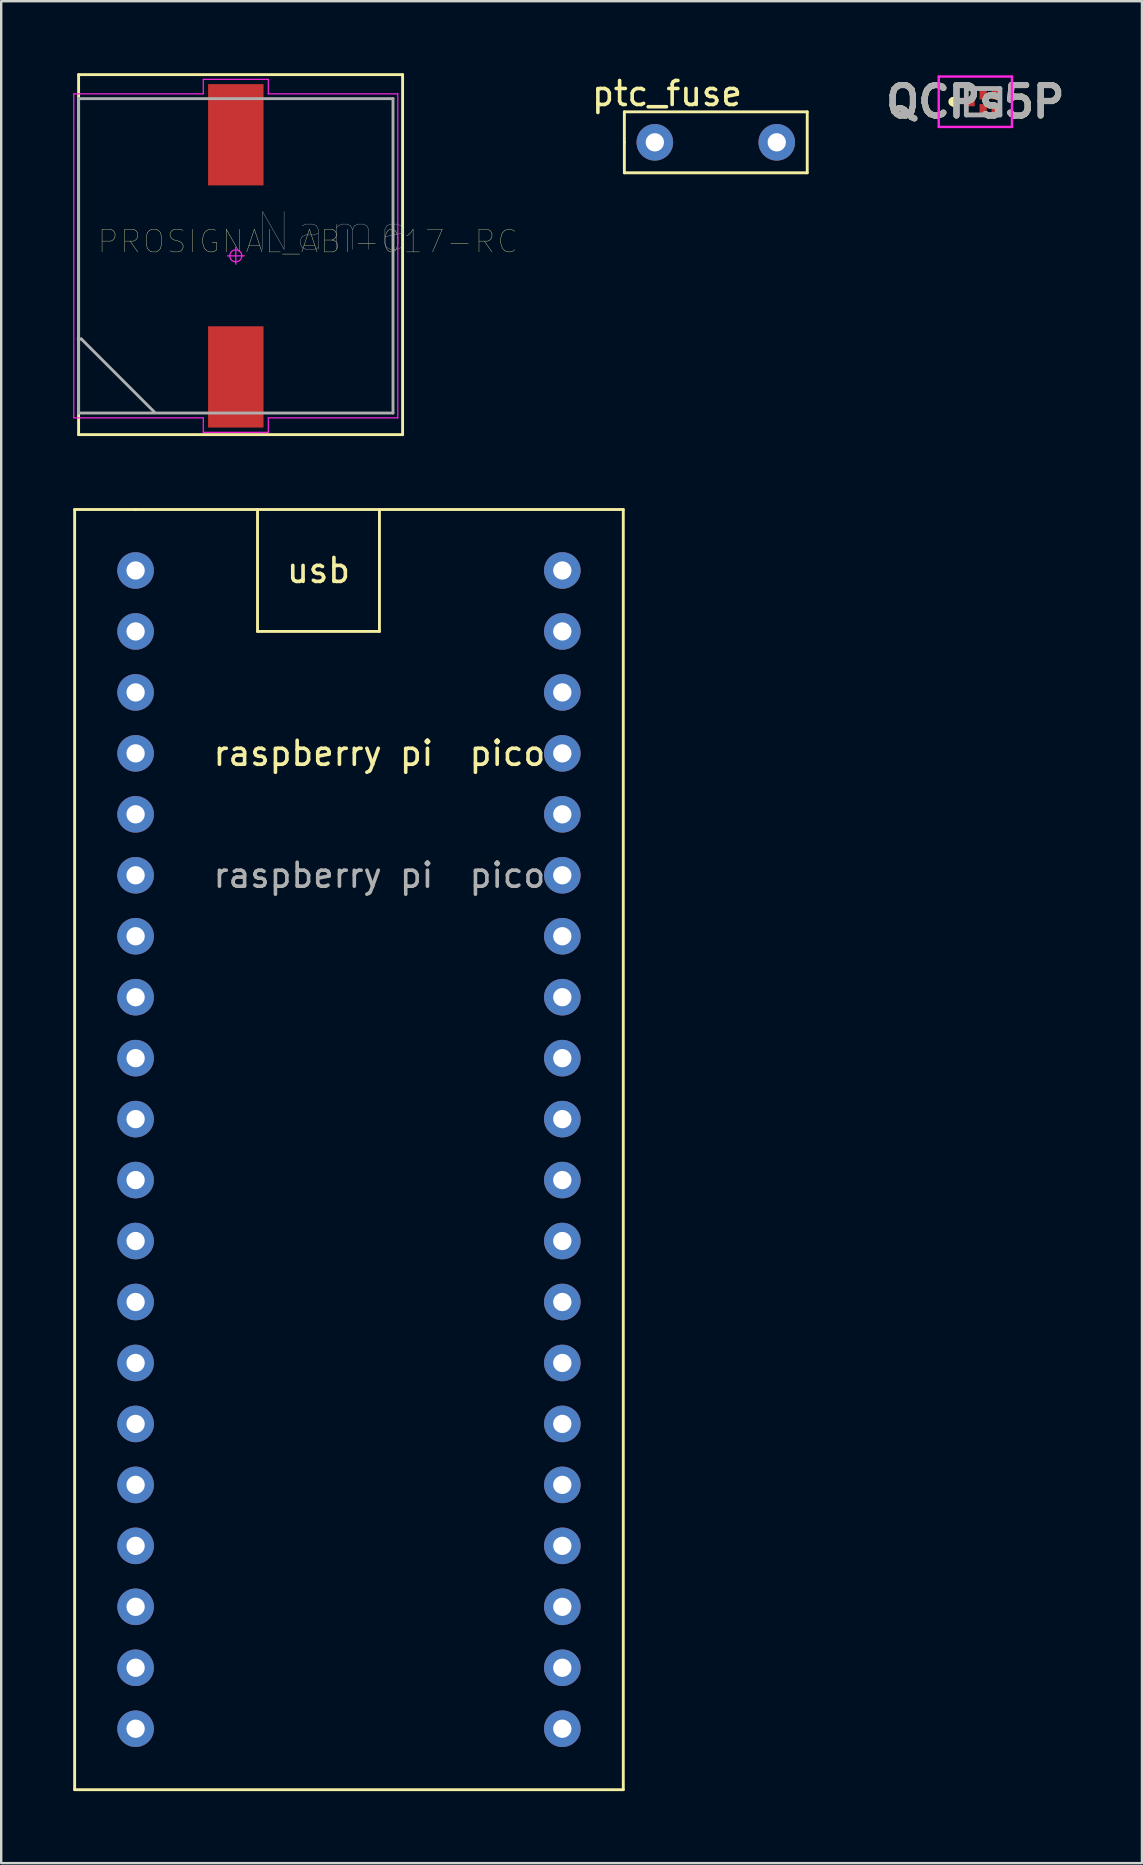
<source format=kicad_pcb>
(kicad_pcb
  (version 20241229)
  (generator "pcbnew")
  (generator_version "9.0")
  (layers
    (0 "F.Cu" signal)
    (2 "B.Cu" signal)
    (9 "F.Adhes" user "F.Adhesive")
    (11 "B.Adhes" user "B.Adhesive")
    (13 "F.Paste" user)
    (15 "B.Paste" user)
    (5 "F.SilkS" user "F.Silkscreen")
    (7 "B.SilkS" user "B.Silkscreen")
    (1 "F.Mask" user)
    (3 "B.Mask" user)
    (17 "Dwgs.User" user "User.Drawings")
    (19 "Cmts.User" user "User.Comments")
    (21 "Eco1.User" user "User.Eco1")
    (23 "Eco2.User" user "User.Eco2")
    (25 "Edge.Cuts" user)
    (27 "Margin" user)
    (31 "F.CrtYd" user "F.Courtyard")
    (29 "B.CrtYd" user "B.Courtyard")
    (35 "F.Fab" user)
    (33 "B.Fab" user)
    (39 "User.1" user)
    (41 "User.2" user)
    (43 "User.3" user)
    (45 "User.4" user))
  (footprint "ptc_fuse"
    (layer "F.Cu")
    (at 24.235 2.88)
    (property "Reference" "ptc_fuse" (at 0.508 -2.032 0) (layer "F.SilkS") (effects (font (size 1 1) (thickness 0.15))))
    (attr through_hole)
    (fp_line (start -1.27 -1.27) (end 6.35 -1.27) (stroke (width 0.12) (type solid)) (layer "F.SilkS"))
    (fp_line (start -1.27 0) (end -1.27 -1.27) (stroke (width 0.12) (type solid)) (layer "F.SilkS"))
    (fp_line (start -1.27 1.27) (end -1.27 0) (stroke (width 0.12) (type solid)) (layer "F.SilkS"))
    (fp_line (start 6.35 -1.27) (end 6.35 1.27) (stroke (width 0.12) (type solid)) (layer "F.SilkS"))
    (fp_line (start 6.35 1.27) (end -1.27 1.27) (stroke (width 0.12) (type solid)) (layer "F.SilkS"))
    (pad "1" thru_hole circle (at 0 0) (size 1.524 1.524) (drill 0.762) (layers "*.Cu" "*.Mask"))
    (pad "2" thru_hole circle (at 5.08 0) (size 1.524 1.524) (drill 0.762) (layers "*.Cu" "*.Mask")))
  (footprint "raspberry pi  pico"
    (layer "F.Cu")
    (at 2.6 38.5)
    (property "Reference" "raspberry pi  pico" (at 10.16 -10.16 0) (unlocked yes) (layer "F.SilkS") (effects (font (size 1 1) (thickness 0.15))))
    (fp_line (start -2.54 -20.32) (end 0 -20.32) (stroke (width 0.12) (type solid)) (layer "F.SilkS"))
    (fp_line (start -2.54 33.02) (end -2.54 -20.32) (stroke (width 0.12) (type solid)) (layer "F.SilkS"))
    (fp_line (start 0 -20.32) (end 20.32 -20.32) (stroke (width 0.12) (type solid)) (layer "F.SilkS"))
    (fp_line (start 5.08 -20.32) (end 5.08 -15.24) (stroke (width 0.12) (type solid)) (layer "F.SilkS"))
    (fp_line (start 5.08 -15.24) (end 10.16 -15.24) (stroke (width 0.12) (type solid)) (layer "F.SilkS"))
    (fp_line (start 10.16 -15.24) (end 10.16 -20.32) (stroke (width 0.12) (type solid)) (layer "F.SilkS"))
    (fp_line (start 20.32 -20.32) (end 20.32 33.02) (stroke (width 0.12) (type solid)) (layer "F.SilkS"))
    (fp_line (start 20.32 33.02) (end -2.54 33.02) (stroke (width 0.12) (type solid)) (layer "F.SilkS"))
    (fp_text user "usb" (at 7.62 -17.78 0) (unlocked yes) (layer "F.SilkS") (effects (font (size 1 1) (thickness 0.15))))
    (fp_text user "${REFERENCE}" (at 10.16 -5.08 0) (unlocked yes) (layer "F.Fab") (effects (font (size 1 1) (thickness 0.15))))
    (pad "1" thru_hole circle (at 0 -17.78) (size 1.524 1.524) (drill 0.762) (layers "*.Cu" "*.Mask"))
    (pad "2" thru_hole circle (at 0 -15.24) (size 1.524 1.524) (drill 0.762) (layers "*.Cu" "*.Mask"))
    (pad "3" thru_hole circle (at 0 -12.7) (size 1.524 1.524) (drill 0.762) (layers "*.Cu" "*.Mask"))
    (pad "4" thru_hole circle (at 0 -10.16) (size 1.524 1.524) (drill 0.762) (layers "*.Cu" "*.Mask"))
    (pad "5" thru_hole circle (at 0 -7.62) (size 1.524 1.524) (drill 0.762) (layers "*.Cu" "*.Mask"))
    (pad "6" thru_hole circle (at 0 -5.08) (size 1.524 1.524) (drill 0.762) (layers "*.Cu" "*.Mask"))
    (pad "7" thru_hole circle (at 0 -2.54) (size 1.524 1.524) (drill 0.762) (layers "*.Cu" "*.Mask"))
    (pad "8" thru_hole circle (at 0 0) (size 1.524 1.524) (drill 0.762) (layers "*.Cu" "*.Mask"))
    (pad "9" thru_hole circle (at 0 2.54) (size 1.524 1.524) (drill 0.762) (layers "*.Cu" "*.Mask"))
    (pad "10" thru_hole circle (at 0 5.08) (size 1.524 1.524) (drill 0.762) (layers "*.Cu" "*.Mask"))
    (pad "11" thru_hole circle (at 0 7.62) (size 1.524 1.524) (drill 0.762) (layers "*.Cu" "*.Mask"))
    (pad "12" thru_hole circle (at 0 10.16) (size 1.524 1.524) (drill 0.762) (layers "*.Cu" "*.Mask"))
    (pad "13" thru_hole circle (at 0 12.7) (size 1.524 1.524) (drill 0.762) (layers "*.Cu" "*.Mask"))
    (pad "14" thru_hole circle (at 0 15.24) (size 1.524 1.524) (drill 0.762) (layers "*.Cu" "*.Mask"))
    (pad "15" thru_hole circle (at 0 17.78) (size 1.524 1.524) (drill 0.762) (layers "*.Cu" "*.Mask"))
    (pad "16" thru_hole circle (at 0 20.32) (size 1.524 1.524) (drill 0.762) (layers "*.Cu" "*.Mask"))
    (pad "17" thru_hole circle (at 0 22.86) (size 1.524 1.524) (drill 0.762) (layers "*.Cu" "*.Mask"))
    (pad "18" thru_hole circle (at 0 25.4) (size 1.524 1.524) (drill 0.762) (layers "*.Cu" "*.Mask"))
    (pad "19" thru_hole circle (at 0 27.94) (size 1.524 1.524) (drill 0.762) (layers "*.Cu" "*.Mask"))
    (pad "20" thru_hole circle (at 0 30.48) (size 1.524 1.524) (drill 0.762) (layers "*.Cu" "*.Mask"))
    (pad "21" thru_hole circle (at 17.78 30.48) (size 1.524 1.524) (drill 0.762) (layers "*.Cu" "*.Mask"))
    (pad "22" thru_hole circle (at 17.78 27.94) (size 1.524 1.524) (drill 0.762) (layers "*.Cu" "*.Mask"))
    (pad "23" thru_hole circle (at 17.78 25.4) (size 1.524 1.524) (drill 0.762) (layers "*.Cu" "*.Mask"))
    (pad "24" thru_hole circle (at 17.78 22.86) (size 1.524 1.524) (drill 0.762) (layers "*.Cu" "*.Mask"))
    (pad "25" thru_hole circle (at 17.78 20.32) (size 1.524 1.524) (drill 0.762) (layers "*.Cu" "*.Mask"))
    (pad "26" thru_hole circle (at 17.78 17.78) (size 1.524 1.524) (drill 0.762) (layers "*.Cu" "*.Mask"))
    (pad "27" thru_hole circle (at 17.78 15.24) (size 1.524 1.524) (drill 0.762) (layers "*.Cu" "*.Mask"))
    (pad "28" thru_hole circle (at 17.78 12.7) (size 1.524 1.524) (drill 0.762) (layers "*.Cu" "*.Mask"))
    (pad "29" thru_hole circle (at 17.78 10.16) (size 1.524 1.524) (drill 0.762) (layers "*.Cu" "*.Mask"))
    (pad "30" thru_hole circle (at 17.78 7.62) (size 1.524 1.524) (drill 0.762) (layers "*.Cu" "*.Mask"))
    (pad "31" thru_hole circle (at 17.78 5.08) (size 1.524 1.524) (drill 0.762) (layers "*.Cu" "*.Mask"))
    (pad "32" thru_hole circle (at 17.78 2.54) (size 1.524 1.524) (drill 0.762) (layers "*.Cu" "*.Mask"))
    (pad "33" thru_hole circle (at 17.78 0) (size 1.524 1.524) (drill 0.762) (layers "*.Cu" "*.Mask"))
    (pad "34" thru_hole circle (at 17.78 -2.54) (size 1.524 1.524) (drill 0.762) (layers "*.Cu" "*.Mask"))
    (pad "35" thru_hole circle (at 17.78 -5.08) (size 1.524 1.524) (drill 0.762) (layers "*.Cu" "*.Mask"))
    (pad "36" thru_hole circle (at 17.78 -7.62) (size 1.524 1.524) (drill 0.762) (layers "*.Cu" "*.Mask"))
    (pad "37" thru_hole circle (at 17.78 -10.16) (size 1.524 1.524) (drill 0.762) (layers "*.Cu" "*.Mask"))
    (pad "38" thru_hole circle (at 17.78 -12.7) (size 1.524 1.524) (drill 0.762) (layers "*.Cu" "*.Mask"))
    (pad "39" thru_hole circle (at 17.78 -15.24) (size 1.524 1.524) (drill 0.762) (layers "*.Cu" "*.Mask"))
    (pad "40" thru_hole circle (at 17.78 -17.78) (size 1.524 1.524) (drill 0.762) (layers "*.Cu" "*.Mask")))
  (footprint "QCPs5P"
    (layer "F.Cu")
    (at 37.914 1.189)
    (property "Reference" "QCPs5P" (at -0.325 0 0) (layer "F.SilkS") (effects (font (size 1.27 1.27) (thickness 0.254))))
    (attr smd)
    (fp_line (start -1.25 -0.1) (end -1.25 -0.1) (stroke (width 0.2) (type solid)) (layer "F.SilkS"))
    (fp_line (start -1.25 0.1) (end -1.25 0.1) (stroke (width 0.2) (type solid)) (layer "F.SilkS"))
    (fp_line (start -0.7 -0.55) (end -0.4 -0.55) (stroke (width 0.1) (type solid)) (layer "F.SilkS"))
    (fp_line (start -0.7 -0.4) (end -0.7 -0.55) (stroke (width 0.1) (type solid)) (layer "F.SilkS"))
    (fp_line (start -0.7 0.4) (end -0.7 0.55) (stroke (width 0.1) (type solid)) (layer "F.SilkS"))
    (fp_line (start -0.7 0.55) (end -0.4 0.55) (stroke (width 0.1) (type solid)) (layer "F.SilkS"))
    (fp_arc (start -1.25 -0.1) (mid -1.15 0) (end -1.25 0.1) (stroke (width 0.2) (type solid)) (layer "F.SilkS"))
    (fp_arc (start -1.25 0.1) (mid -1.35 0) (end -1.25 -0.1) (stroke (width 0.2) (type solid)) (layer "F.SilkS"))
    (fp_line (start -1.85 -1.05) (end 1.2 -1.05) (stroke (width 0.1) (type solid)) (layer "F.CrtYd"))
    (fp_line (start -1.85 1.05) (end -1.85 -1.05) (stroke (width 0.1) (type solid)) (layer "F.CrtYd"))
    (fp_line (start 1.2 -1.05) (end 1.2 1.05) (stroke (width 0.1) (type solid)) (layer "F.CrtYd"))
    (fp_line (start 1.2 1.05) (end -1.85 1.05) (stroke (width 0.1) (type solid)) (layer "F.CrtYd"))
    (fp_line (start -0.7 -0.55) (end 0.7 -0.55) (stroke (width 0.2) (type solid)) (layer "F.Fab"))
    (fp_line (start -0.7 0.55) (end -0.7 -0.55) (stroke (width 0.2) (type solid)) (layer "F.Fab"))
    (fp_line (start 0.7 -0.55) (end 0.7 0.55) (stroke (width 0.2) (type solid)) (layer "F.Fab"))
    (fp_line (start 0.7 0.55) (end -0.7 0.55) (stroke (width 0.2) (type solid)) (layer "F.Fab"))
    (fp_text user "${REFERENCE}" (at -0.325 0 0) (layer "F.Fab") (effects (font (size 1.27 1.27) (thickness 0.254))))
    (pad "1" smd rect (at -0.5 0) (size 0.3 0.375) (layers "F.Cu" "F.Mask" "F.Paste"))
    (pad "2" smd rect (at 0 0.287) (size 0.3 0.375) (layers "F.Cu" "F.Mask" "F.Paste"))
    (pad "3" smd rect (at 0.5 0.287) (size 0.3 0.375) (layers "F.Cu" "F.Mask" "F.Paste"))
    (pad "4" smd rect (at 0.5 -0.287) (size 0.3 0.375) (layers "F.Cu" "F.Mask" "F.Paste"))
    (pad "5" smd rect (at 0 -0.287) (size 0.3 0.375) (layers "F.Cu" "F.Mask" "F.Paste")))
  (footprint "PROSIGNAL_ABI-017-RC"
    (layer "F.Cu")
    (at 6.775 7.61)
    (property "Reference" "PROSIGNAL_ABI-017-RC" (at 3 -0.6 0) (layer "F.SilkS") (effects (font (size 0.945 0.945) (thickness 0.015))))
    (fp_line (start -6.55 -7.55) (end 6.95 -7.55) (stroke (width 0.12) (type solid)) (layer "F.SilkS"))
    (fp_line (start -6.55 -5.55) (end -6.55 -7.55) (stroke (width 0.12) (type solid)) (layer "F.SilkS"))
    (fp_line (start -6.55 7.45) (end -6.55 -5.55) (stroke (width 0.12) (type solid)) (layer "F.SilkS"))
    (fp_line (start 6.95 -7.55) (end 6.95 7.45) (stroke (width 0.12) (type solid)) (layer "F.SilkS"))
    (fp_line (start 6.95 7.45) (end -6.55 7.45) (stroke (width 0.12) (type solid)) (layer "F.SilkS"))
    (fp_line (start -6.75 -6.75) (end -6.75 6.75) (stroke (width 0.05) (type solid)) (layer "F.CrtYd"))
    (fp_line (start -6.75 6.75) (end -1.355 6.75) (stroke (width 0.05) (type solid)) (layer "F.CrtYd"))
    (fp_line (start -1.355 -7.355) (end -1.355 -6.75) (stroke (width 0.05) (type solid)) (layer "F.CrtYd"))
    (fp_line (start -1.355 -6.75) (end -6.75 -6.75) (stroke (width 0.05) (type solid)) (layer "F.CrtYd"))
    (fp_line (start -1.355 6.75) (end -1.355 7.355) (stroke (width 0.05) (type solid)) (layer "F.CrtYd"))
    (fp_line (start -1.355 7.355) (end 1.355 7.355) (stroke (width 0.05) (type solid)) (layer "F.CrtYd"))
    (fp_line (start 0 -0.35) (end 0 0.35) (stroke (width 0.05) (type solid)) (layer "F.CrtYd"))
    (fp_line (start 0.35 0) (end -0.35 0) (stroke (width 0.05) (type solid)) (layer "F.CrtYd"))
    (fp_line (start 1.355 -7.355) (end -1.355 -7.355) (stroke (width 0.05) (type solid)) (layer "F.CrtYd"))
    (fp_line (start 1.355 -6.75) (end 1.355 -7.355) (stroke (width 0.05) (type solid)) (layer "F.CrtYd"))
    (fp_line (start 1.355 6.75) (end 6.75 6.75) (stroke (width 0.05) (type solid)) (layer "F.CrtYd"))
    (fp_line (start 1.355 7.355) (end 1.355 6.75) (stroke (width 0.05) (type solid)) (layer "F.CrtYd"))
    (fp_line (start 6.75 -6.75) (end 1.355 -6.75) (stroke (width 0.05) (type solid)) (layer "F.CrtYd"))
    (fp_line (start 6.75 6.75) (end 6.75 -6.75) (stroke (width 0.05) (type solid)) (layer "F.CrtYd"))
    (fp_circle (center 0 0) (end 0.25 0) (stroke (width 0.05) (type solid)) (fill no) (layer "F.CrtYd"))
    (fp_line (start -6.57 3.465) (end -6.435 3.465) (stroke (width 0.12) (type solid)) (layer "F.Fab"))
    (fp_line (start -6.55 -6.55) (end 6.55 -6.55) (stroke (width 0.12) (type solid)) (layer "F.Fab"))
    (fp_line (start -6.55 6.55) (end -6.55 -6.55) (stroke (width 0.12) (type solid)) (layer "F.Fab"))
    (fp_line (start -6.435 3.465) (end -3.398 6.503) (stroke (width 0.12) (type solid)) (layer "F.Fab"))
    (fp_line (start 6.55 -6.55) (end 6.55 6.55) (stroke (width 0.12) (type solid)) (layer "F.Fab"))
    (fp_line (start 6.55 6.55) (end -6.55 6.55) (stroke (width 0.12) (type solid)) (layer "F.Fab"))
    (fp_text user "Name" (at 4 -1 0) (layer "F.Fab") (effects (font (size 1.575 1.575) (thickness 0.015))))
    (pad "1" smd rect (at 0 5.045) (size 2.31 4.22) (layers "F.Cu" "F.Mask" "F.Paste"))
    (pad "2" smd rect (at 0 -5.045) (size 2.31 4.22) (layers "F.Cu" "F.Mask" "F.Paste")))
  (gr_rect
    (start -3 -3)
    (end 44.532 74.58)
    (stroke (width 0.1) (type default))
    (fill no)
    (layer "Edge.Cuts")))
</source>
